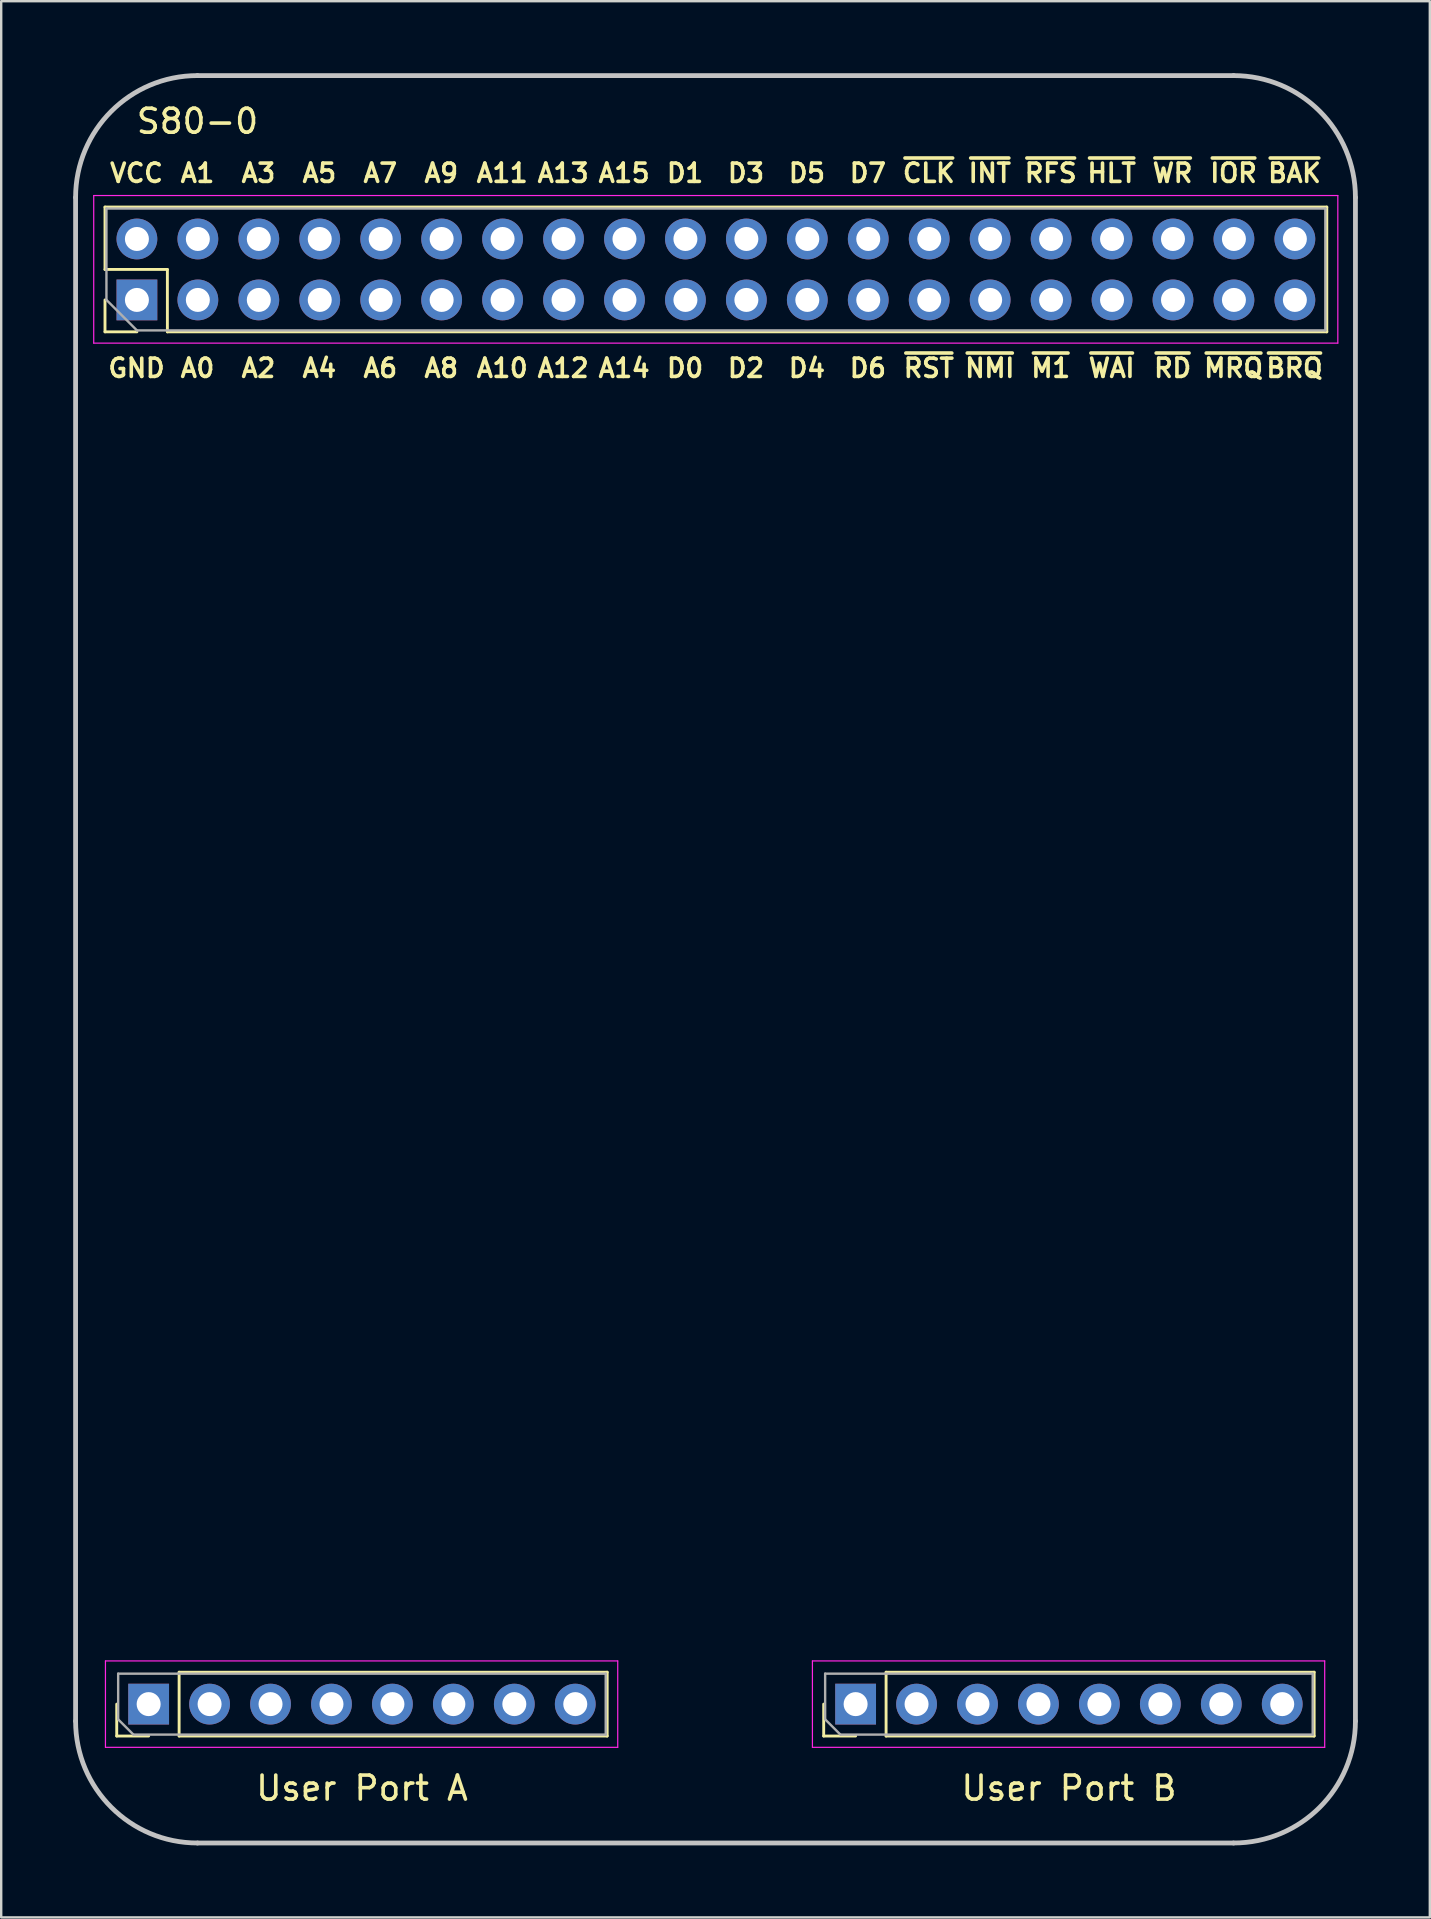
<source format=kicad_pcb>
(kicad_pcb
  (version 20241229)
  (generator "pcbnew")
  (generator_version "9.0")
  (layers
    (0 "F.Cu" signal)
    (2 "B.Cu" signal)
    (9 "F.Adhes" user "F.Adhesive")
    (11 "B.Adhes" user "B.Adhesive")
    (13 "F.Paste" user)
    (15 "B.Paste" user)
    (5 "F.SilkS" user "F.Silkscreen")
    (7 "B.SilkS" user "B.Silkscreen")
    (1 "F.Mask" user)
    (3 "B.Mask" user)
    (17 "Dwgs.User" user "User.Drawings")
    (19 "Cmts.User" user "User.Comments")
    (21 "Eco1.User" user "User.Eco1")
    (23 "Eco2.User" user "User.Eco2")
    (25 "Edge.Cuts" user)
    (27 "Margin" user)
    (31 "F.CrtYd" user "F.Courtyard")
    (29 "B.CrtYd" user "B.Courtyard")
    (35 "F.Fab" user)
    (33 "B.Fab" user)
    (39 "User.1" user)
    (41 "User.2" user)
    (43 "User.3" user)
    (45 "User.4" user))
  (footprint "S80-0"
    (layer "F.Cu")
    (at 26.77 36.93)
    (property "Reference" "S80-0" (at -21.59 -34.925 0) (layer "F.SilkS") (effects (font (size 1 1) (thickness 0.15))))
    (attr through_hole)
    (fp_line (start -25.444 -31.35) (end 25.476 -31.35) (stroke (width 0.12) (type solid)) (layer "F.SilkS"))
    (fp_line (start -25.444 -28.75) (end -25.444 -31.35) (stroke (width 0.12) (type solid)) (layer "F.SilkS"))
    (fp_line (start -25.444 -26.15) (end -25.444 -27.48) (stroke (width 0.12) (type solid)) (layer "F.SilkS"))
    (fp_line (start -24.955 32.372) (end -24.955 31.042) (stroke (width 0.12) (type solid)) (layer "F.SilkS"))
    (fp_line (start -24.114 -26.15) (end -25.444 -26.15) (stroke (width 0.12) (type solid)) (layer "F.SilkS"))
    (fp_line (start -23.625 32.372) (end -24.955 32.372) (stroke (width 0.12) (type solid)) (layer "F.SilkS"))
    (fp_line (start -22.844 -28.75) (end -25.444 -28.75) (stroke (width 0.12) (type solid)) (layer "F.SilkS"))
    (fp_line (start -22.844 -26.15) (end -22.844 -28.75) (stroke (width 0.12) (type solid)) (layer "F.SilkS"))
    (fp_line (start -22.844 -26.15) (end 25.476 -26.15) (stroke (width 0.12) (type solid)) (layer "F.SilkS"))
    (fp_line (start -22.355 29.712) (end -4.515 29.712) (stroke (width 0.12) (type solid)) (layer "F.SilkS"))
    (fp_line (start -22.355 32.372) (end -22.355 29.712) (stroke (width 0.12) (type solid)) (layer "F.SilkS"))
    (fp_line (start -22.355 32.372) (end -4.515 32.372) (stroke (width 0.12) (type solid)) (layer "F.SilkS"))
    (fp_line (start -4.515 32.372) (end -4.515 29.712) (stroke (width 0.12) (type solid)) (layer "F.SilkS"))
    (fp_line (start 4.509 32.372) (end 4.509 31.042) (stroke (width 0.12) (type solid)) (layer "F.SilkS"))
    (fp_line (start 5.839 32.372) (end 4.509 32.372) (stroke (width 0.12) (type solid)) (layer "F.SilkS"))
    (fp_line (start 7.109 29.712) (end 24.949 29.712) (stroke (width 0.12) (type solid)) (layer "F.SilkS"))
    (fp_line (start 7.109 32.372) (end 7.109 29.712) (stroke (width 0.12) (type solid)) (layer "F.SilkS"))
    (fp_line (start 7.109 32.372) (end 24.949 32.372) (stroke (width 0.12) (type solid)) (layer "F.SilkS"))
    (fp_line (start 24.949 32.372) (end 24.949 29.712) (stroke (width 0.12) (type solid)) (layer "F.SilkS"))
    (fp_line (start 25.476 -26.15) (end 25.476 -31.35) (stroke (width 0.12) (type solid)) (layer "F.SilkS"))
    (fp_line (start -26.67 -31.75) (end -26.67 31.75) (stroke (width 0.2) (type solid)) (layer "Dwgs.User"))
    (fp_line (start -21.59 -36.83) (end 21.59 -36.83) (stroke (width 0.2) (type solid)) (layer "Dwgs.User"))
    (fp_line (start -21.59 36.83) (end 21.59 36.83) (stroke (width 0.2) (type solid)) (layer "Dwgs.User"))
    (fp_line (start 26.67 -31.75) (end 26.67 31.75) (stroke (width 0.2) (type solid)) (layer "Dwgs.User"))
    (fp_arc (start -26.67 -31.75) (mid -25.182102 -35.342102) (end -21.59 -36.83) (stroke (width 0.2) (type solid)) (layer "Dwgs.User"))
    (fp_arc (start -21.59 36.83) (mid -25.182102 35.342102) (end -26.67 31.75) (stroke (width 0.2) (type solid)) (layer "Dwgs.User"))
    (fp_arc (start 21.59 -36.83) (mid 25.182102 -35.342102) (end 26.67 -31.75) (stroke (width 0.2) (type solid)) (layer "Dwgs.User"))
    (fp_arc (start 26.67 31.75) (mid 25.182102 35.342102) (end 21.59 36.83) (stroke (width 0.2) (type solid)) (layer "Dwgs.User"))
    (fp_line (start -25.914 -31.83) (end -25.914 -25.68) (stroke (width 0.05) (type solid)) (layer "F.CrtYd"))
    (fp_line (start -25.914 -25.68) (end 25.936 -25.68) (stroke (width 0.05) (type solid)) (layer "F.CrtYd"))
    (fp_line (start -25.425 29.242) (end -25.425 32.842) (stroke (width 0.05) (type solid)) (layer "F.CrtYd"))
    (fp_line (start -25.425 32.842) (end -4.075 32.842) (stroke (width 0.05) (type solid)) (layer "F.CrtYd"))
    (fp_line (start -4.075 29.242) (end -25.425 29.242) (stroke (width 0.05) (type solid)) (layer "F.CrtYd"))
    (fp_line (start -4.075 32.842) (end -4.075 29.242) (stroke (width 0.05) (type solid)) (layer "F.CrtYd"))
    (fp_line (start 4.039 29.242) (end 4.039 32.842) (stroke (width 0.05) (type solid)) (layer "F.CrtYd"))
    (fp_line (start 4.039 32.842) (end 25.389 32.842) (stroke (width 0.05) (type solid)) (layer "F.CrtYd"))
    (fp_line (start 25.389 29.242) (end 4.039 29.242) (stroke (width 0.05) (type solid)) (layer "F.CrtYd"))
    (fp_line (start 25.389 32.842) (end 25.389 29.242) (stroke (width 0.05) (type solid)) (layer "F.CrtYd"))
    (fp_line (start 25.936 -31.83) (end -25.914 -31.83) (stroke (width 0.05) (type solid)) (layer "F.CrtYd"))
    (fp_line (start 25.936 -25.68) (end 25.936 -31.83) (stroke (width 0.05) (type solid)) (layer "F.CrtYd"))
    (fp_line (start -25.384 -31.29) (end 25.416 -31.29) (stroke (width 0.1) (type solid)) (layer "F.Fab"))
    (fp_line (start -25.384 -27.48) (end -25.384 -31.29) (stroke (width 0.1) (type solid)) (layer "F.Fab"))
    (fp_line (start -24.895 29.772) (end -4.575 29.772) (stroke (width 0.1) (type solid)) (layer "F.Fab"))
    (fp_line (start -24.895 31.677) (end -24.895 29.772) (stroke (width 0.1) (type solid)) (layer "F.Fab"))
    (fp_line (start -24.26 32.312) (end -24.895 31.677) (stroke (width 0.1) (type solid)) (layer "F.Fab"))
    (fp_line (start -24.114 -26.21) (end -25.384 -27.48) (stroke (width 0.1) (type solid)) (layer "F.Fab"))
    (fp_line (start -4.575 29.772) (end -4.575 32.312) (stroke (width 0.1) (type solid)) (layer "F.Fab"))
    (fp_line (start -4.575 32.312) (end -24.26 32.312) (stroke (width 0.1) (type solid)) (layer "F.Fab"))
    (fp_line (start 4.569 29.772) (end 24.889 29.772) (stroke (width 0.1) (type solid)) (layer "F.Fab"))
    (fp_line (start 4.569 31.677) (end 4.569 29.772) (stroke (width 0.1) (type solid)) (layer "F.Fab"))
    (fp_line (start 5.204 32.312) (end 4.569 31.677) (stroke (width 0.1) (type solid)) (layer "F.Fab"))
    (fp_line (start 24.889 29.772) (end 24.889 32.312) (stroke (width 0.1) (type solid)) (layer "F.Fab"))
    (fp_line (start 24.889 32.312) (end 5.204 32.312) (stroke (width 0.1) (type solid)) (layer "F.Fab"))
    (fp_line (start 25.416 -31.29) (end 25.416 -26.21) (stroke (width 0.1) (type solid)) (layer "F.Fab"))
    (fp_line (start 25.416 -26.21) (end -24.114 -26.21) (stroke (width 0.1) (type solid)) (layer "F.Fab"))
    (fp_text user "D2" (at 1.27 -24.638 0) (layer "F.SilkS") (effects (font (size 0.762 0.762) (thickness 0.15))))
    (fp_text user "A3" (at -19.05 -32.766 0) (layer "F.SilkS") (effects (font (size 0.762 0.762) (thickness 0.15))))
    (fp_text user "User Port B" (at 14.732 34.544 0) (layer "F.SilkS") (effects (font (size 1 1) (thickness 0.15))))
    (fp_text user "~{RD}" (at 19.05 -24.638 0) (layer "F.SilkS") (effects (font (size 0.762 0.762) (thickness 0.15))))
    (fp_text user "A15" (at -3.81 -32.766 0) (layer "F.SilkS") (effects (font (size 0.762 0.762) (thickness 0.15))))
    (fp_text user "~{IOR}" (at 21.59 -32.766 0) (layer "F.SilkS") (effects (font (size 0.762 0.762) (thickness 0.15))))
    (fp_text user "GND" (at -24.13 -24.638 0) (layer "F.SilkS") (effects (font (size 0.762 0.762) (thickness 0.15))))
    (fp_text user "D0" (at -1.27 -24.638 0) (layer "F.SilkS") (effects (font (size 0.762 0.762) (thickness 0.15))))
    (fp_text user "A13" (at -6.35 -32.766 0) (layer "F.SilkS") (effects (font (size 0.762 0.762) (thickness 0.15))))
    (fp_text user "D1" (at -1.27 -32.766 0) (layer "F.SilkS") (effects (font (size 0.762 0.762) (thickness 0.15))))
    (fp_text user "A2" (at -19.05 -24.638 0) (layer "F.SilkS") (effects (font (size 0.762 0.762) (thickness 0.15))))
    (fp_text user "~{NMI}" (at 11.43 -24.638 0) (layer "F.SilkS") (effects (font (size 0.762 0.762) (thickness 0.15))))
    (fp_text user "~{BRQ}" (at 24.13 -24.638 0) (layer "F.SilkS") (effects (font (size 0.762 0.762) (thickness 0.15))))
    (fp_text user "A5" (at -16.51 -32.766 0) (layer "F.SilkS") (effects (font (size 0.762 0.762) (thickness 0.15))))
    (fp_text user "A0" (at -21.59 -24.638 0) (layer "F.SilkS") (effects (font (size 0.762 0.762) (thickness 0.15))))
    (fp_text user "~{WR}" (at 19.05 -32.766 0) (layer "F.SilkS") (effects (font (size 0.762 0.762) (thickness 0.15))))
    (fp_text user "D6" (at 6.35 -24.638 0) (layer "F.SilkS") (effects (font (size 0.762 0.762) (thickness 0.15))))
    (fp_text user "VCC" (at -24.13 -32.766 0) (layer "F.SilkS") (effects (font (size 0.762 0.762) (thickness 0.15))))
    (fp_text user "D4" (at 3.81 -24.638 0) (layer "F.SilkS") (effects (font (size 0.762 0.762) (thickness 0.15))))
    (fp_text user "A11" (at -8.89 -32.766 0) (layer "F.SilkS") (effects (font (size 0.762 0.762) (thickness 0.15))))
    (fp_text user "~{INT}" (at 11.43 -32.766 0) (layer "F.SilkS") (effects (font (size 0.762 0.762) (thickness 0.15))))
    (fp_text user "A14" (at -3.81 -24.638 0) (layer "F.SilkS") (effects (font (size 0.762 0.762) (thickness 0.15))))
    (fp_text user "A4" (at -16.51 -24.638 0) (layer "F.SilkS") (effects (font (size 0.762 0.762) (thickness 0.15))))
    (fp_text user "D3" (at 1.27 -32.766 0) (layer "F.SilkS") (effects (font (size 0.762 0.762) (thickness 0.15))))
    (fp_text user "~{HLT}" (at 16.51 -32.766 0) (layer "F.SilkS") (effects (font (size 0.762 0.762) (thickness 0.15))))
    (fp_text user "A7" (at -13.97 -32.766 0) (layer "F.SilkS") (effects (font (size 0.762 0.762) (thickness 0.15))))
    (fp_text user "A8" (at -11.43 -24.638 0) (layer "F.SilkS") (effects (font (size 0.762 0.762) (thickness 0.15))))
    (fp_text user "~{BAK}" (at 24.13 -32.766 0) (layer "F.SilkS") (effects (font (size 0.762 0.762) (thickness 0.15))))
    (fp_text user "~{RST}" (at 8.89 -24.638 0) (layer "F.SilkS") (effects (font (size 0.762 0.762) (thickness 0.15))))
    (fp_text user "~{CLK}" (at 8.89 -32.766 0) (layer "F.SilkS") (effects (font (size 0.762 0.762) (thickness 0.15))))
    (fp_text user "A6" (at -13.97 -24.638 0) (layer "F.SilkS") (effects (font (size 0.762 0.762) (thickness 0.15))))
    (fp_text user "A9" (at -11.43 -32.766 0) (layer "F.SilkS") (effects (font (size 0.762 0.762) (thickness 0.15))))
    (fp_text user "~{WAI}" (at 16.51 -24.638 0) (layer "F.SilkS") (effects (font (size 0.762 0.762) (thickness 0.15))))
    (fp_text user "User Port A" (at -14.732 34.544 0) (layer "F.SilkS") (effects (font (size 1 1) (thickness 0.15))))
    (fp_text user "~{RFS}" (at 13.97 -32.766 0) (layer "F.SilkS") (effects (font (size 0.762 0.762) (thickness 0.15))))
    (fp_text user "D7" (at 6.35 -32.766 0) (layer "F.SilkS") (effects (font (size 0.762 0.762) (thickness 0.15))))
    (fp_text user "A12" (at -6.35 -24.638 0) (layer "F.SilkS") (effects (font (size 0.762 0.762) (thickness 0.15))))
    (fp_text user "A10" (at -8.89 -24.638 0) (layer "F.SilkS") (effects (font (size 0.762 0.762) (thickness 0.15))))
    (fp_text user "~{M1}" (at 13.97 -24.638 0) (layer "F.SilkS") (effects (font (size 0.762 0.762) (thickness 0.15))))
    (fp_text user "~{MRQ}" (at 21.59 -24.638 0) (layer "F.SilkS") (effects (font (size 0.762 0.762) (thickness 0.15))))
    (fp_text user "A1" (at -21.59 -32.766 0) (layer "F.SilkS") (effects (font (size 0.762 0.762) (thickness 0.15))))
    (fp_text user "D5" (at 3.81 -32.766 0) (layer "F.SilkS") (effects (font (size 0.762 0.762) (thickness 0.15))))
    (pad "1" thru_hole rect (at -24.114 -27.48 90) (size 1.7 1.7) (drill 1) (layers "*.Cu" "*.Mask"))
    (pad "2" thru_hole oval (at -24.114 -30.02 90) (size 1.7 1.7) (drill 1) (layers "*.Cu" "*.Mask"))
    (pad "3" thru_hole oval (at -21.574 -27.48 90) (size 1.7 1.7) (drill 1) (layers "*.Cu" "*.Mask"))
    (pad "4" thru_hole oval (at -21.574 -30.02 90) (size 1.7 1.7) (drill 1) (layers "*.Cu" "*.Mask"))
    (pad "5" thru_hole oval (at -19.034 -27.48 90) (size 1.7 1.7) (drill 1) (layers "*.Cu" "*.Mask"))
    (pad "6" thru_hole oval (at -19.034 -30.02 90) (size 1.7 1.7) (drill 1) (layers "*.Cu" "*.Mask"))
    (pad "7" thru_hole oval (at -16.494 -27.48 90) (size 1.7 1.7) (drill 1) (layers "*.Cu" "*.Mask"))
    (pad "8" thru_hole oval (at -16.494 -30.02 90) (size 1.7 1.7) (drill 1) (layers "*.Cu" "*.Mask"))
    (pad "9" thru_hole oval (at -13.954 -27.48 90) (size 1.7 1.7) (drill 1) (layers "*.Cu" "*.Mask"))
    (pad "10" thru_hole oval (at -13.954 -30.02 90) (size 1.7 1.7) (drill 1) (layers "*.Cu" "*.Mask"))
    (pad "11" thru_hole oval (at -11.414 -27.48 90) (size 1.7 1.7) (drill 1) (layers "*.Cu" "*.Mask"))
    (pad "12" thru_hole oval (at -11.414 -30.02 90) (size 1.7 1.7) (drill 1) (layers "*.Cu" "*.Mask"))
    (pad "13" thru_hole oval (at -8.874 -27.48 90) (size 1.7 1.7) (drill 1) (layers "*.Cu" "*.Mask"))
    (pad "14" thru_hole oval (at -8.874 -30.02 90) (size 1.7 1.7) (drill 1) (layers "*.Cu" "*.Mask"))
    (pad "15" thru_hole oval (at -6.334 -27.48 90) (size 1.7 1.7) (drill 1) (layers "*.Cu" "*.Mask"))
    (pad "16" thru_hole oval (at -6.334 -30.02 90) (size 1.7 1.7) (drill 1) (layers "*.Cu" "*.Mask"))
    (pad "17" thru_hole oval (at -3.794 -27.48 90) (size 1.7 1.7) (drill 1) (layers "*.Cu" "*.Mask"))
    (pad "18" thru_hole oval (at -3.794 -30.02 90) (size 1.7 1.7) (drill 1) (layers "*.Cu" "*.Mask"))
    (pad "19" thru_hole oval (at -1.254 -27.48 90) (size 1.7 1.7) (drill 1) (layers "*.Cu" "*.Mask"))
    (pad "20" thru_hole oval (at -1.254 -30.02 90) (size 1.7 1.7) (drill 1) (layers "*.Cu" "*.Mask"))
    (pad "21" thru_hole oval (at 1.286 -27.48 90) (size 1.7 1.7) (drill 1) (layers "*.Cu" "*.Mask"))
    (pad "22" thru_hole oval (at 1.286 -30.02 90) (size 1.7 1.7) (drill 1) (layers "*.Cu" "*.Mask"))
    (pad "23" thru_hole oval (at 3.826 -27.48 90) (size 1.7 1.7) (drill 1) (layers "*.Cu" "*.Mask"))
    (pad "24" thru_hole oval (at 3.826 -30.02 90) (size 1.7 1.7) (drill 1) (layers "*.Cu" "*.Mask"))
    (pad "25" thru_hole oval (at 6.366 -27.48 90) (size 1.7 1.7) (drill 1) (layers "*.Cu" "*.Mask"))
    (pad "26" thru_hole oval (at 6.366 -30.02 90) (size 1.7 1.7) (drill 1) (layers "*.Cu" "*.Mask"))
    (pad "27" thru_hole oval (at 8.906 -27.48 90) (size 1.7 1.7) (drill 1) (layers "*.Cu" "*.Mask"))
    (pad "28" thru_hole oval (at 8.906 -30.02 90) (size 1.7 1.7) (drill 1) (layers "*.Cu" "*.Mask"))
    (pad "29" thru_hole oval (at 11.446 -27.48 90) (size 1.7 1.7) (drill 1) (layers "*.Cu" "*.Mask"))
    (pad "30" thru_hole oval (at 11.446 -30.02 90) (size 1.7 1.7) (drill 1) (layers "*.Cu" "*.Mask"))
    (pad "31" thru_hole oval (at 13.986 -27.48 90) (size 1.7 1.7) (drill 1) (layers "*.Cu" "*.Mask"))
    (pad "32" thru_hole oval (at 13.986 -30.02 90) (size 1.7 1.7) (drill 1) (layers "*.Cu" "*.Mask"))
    (pad "33" thru_hole oval (at 16.526 -27.48 90) (size 1.7 1.7) (drill 1) (layers "*.Cu" "*.Mask"))
    (pad "34" thru_hole oval (at 16.526 -30.02 90) (size 1.7 1.7) (drill 1) (layers "*.Cu" "*.Mask"))
    (pad "35" thru_hole oval (at 19.066 -27.48 90) (size 1.7 1.7) (drill 1) (layers "*.Cu" "*.Mask"))
    (pad "36" thru_hole oval (at 19.066 -30.02 90) (size 1.7 1.7) (drill 1) (layers "*.Cu" "*.Mask"))
    (pad "37" thru_hole oval (at 21.606 -27.48 90) (size 1.7 1.7) (drill 1) (layers "*.Cu" "*.Mask"))
    (pad "38" thru_hole oval (at 21.606 -30.02 90) (size 1.7 1.7) (drill 1) (layers "*.Cu" "*.Mask"))
    (pad "39" thru_hole oval (at 24.146 -27.48 90) (size 1.7 1.7) (drill 1) (layers "*.Cu" "*.Mask"))
    (pad "40" thru_hole oval (at 24.146 -30.02 90) (size 1.7 1.7) (drill 1) (layers "*.Cu" "*.Mask"))
    (pad "41" thru_hole rect (at -23.625 31.042 90) (size 1.7 1.7) (drill 1) (layers "*.Cu" "*.Mask"))
    (pad "42" thru_hole oval (at -21.085 31.042 90) (size 1.7 1.7) (drill 1) (layers "*.Cu" "*.Mask"))
    (pad "43" thru_hole oval (at -18.545 31.042 90) (size 1.7 1.7) (drill 1) (layers "*.Cu" "*.Mask"))
    (pad "44" thru_hole oval (at -16.005 31.042 90) (size 1.7 1.7) (drill 1) (layers "*.Cu" "*.Mask"))
    (pad "45" thru_hole oval (at -13.465 31.042 90) (size 1.7 1.7) (drill 1) (layers "*.Cu" "*.Mask"))
    (pad "46" thru_hole oval (at -10.925 31.042 90) (size 1.7 1.7) (drill 1) (layers "*.Cu" "*.Mask"))
    (pad "47" thru_hole oval (at -8.385 31.042 90) (size 1.7 1.7) (drill 1) (layers "*.Cu" "*.Mask"))
    (pad "48" thru_hole oval (at -5.845 31.042 90) (size 1.7 1.7) (drill 1) (layers "*.Cu" "*.Mask"))
    (pad "49" thru_hole rect (at 5.839 31.042 90) (size 1.7 1.7) (drill 1) (layers "*.Cu" "*.Mask"))
    (pad "50" thru_hole oval (at 8.379 31.042 90) (size 1.7 1.7) (drill 1) (layers "*.Cu" "*.Mask"))
    (pad "51" thru_hole oval (at 10.919 31.042 90) (size 1.7 1.7) (drill 1) (layers "*.Cu" "*.Mask"))
    (pad "52" thru_hole oval (at 13.459 31.042 90) (size 1.7 1.7) (drill 1) (layers "*.Cu" "*.Mask"))
    (pad "53" thru_hole oval (at 15.999 31.042 90) (size 1.7 1.7) (drill 1) (layers "*.Cu" "*.Mask"))
    (pad "54" thru_hole oval (at 18.539 31.042 90) (size 1.7 1.7) (drill 1) (layers "*.Cu" "*.Mask"))
    (pad "55" thru_hole oval (at 21.079 31.042 90) (size 1.7 1.7) (drill 1) (layers "*.Cu" "*.Mask"))
    (pad "56" thru_hole oval (at 23.619 31.042 90) (size 1.7 1.7) (drill 1) (layers "*.Cu" "*.Mask")))
  (gr_rect
    (start -3 -3)
    (end 56.54 76.86)
    (stroke (width 0.1) (type default))
    (fill no)
    (layer "Edge.Cuts")))
</source>
